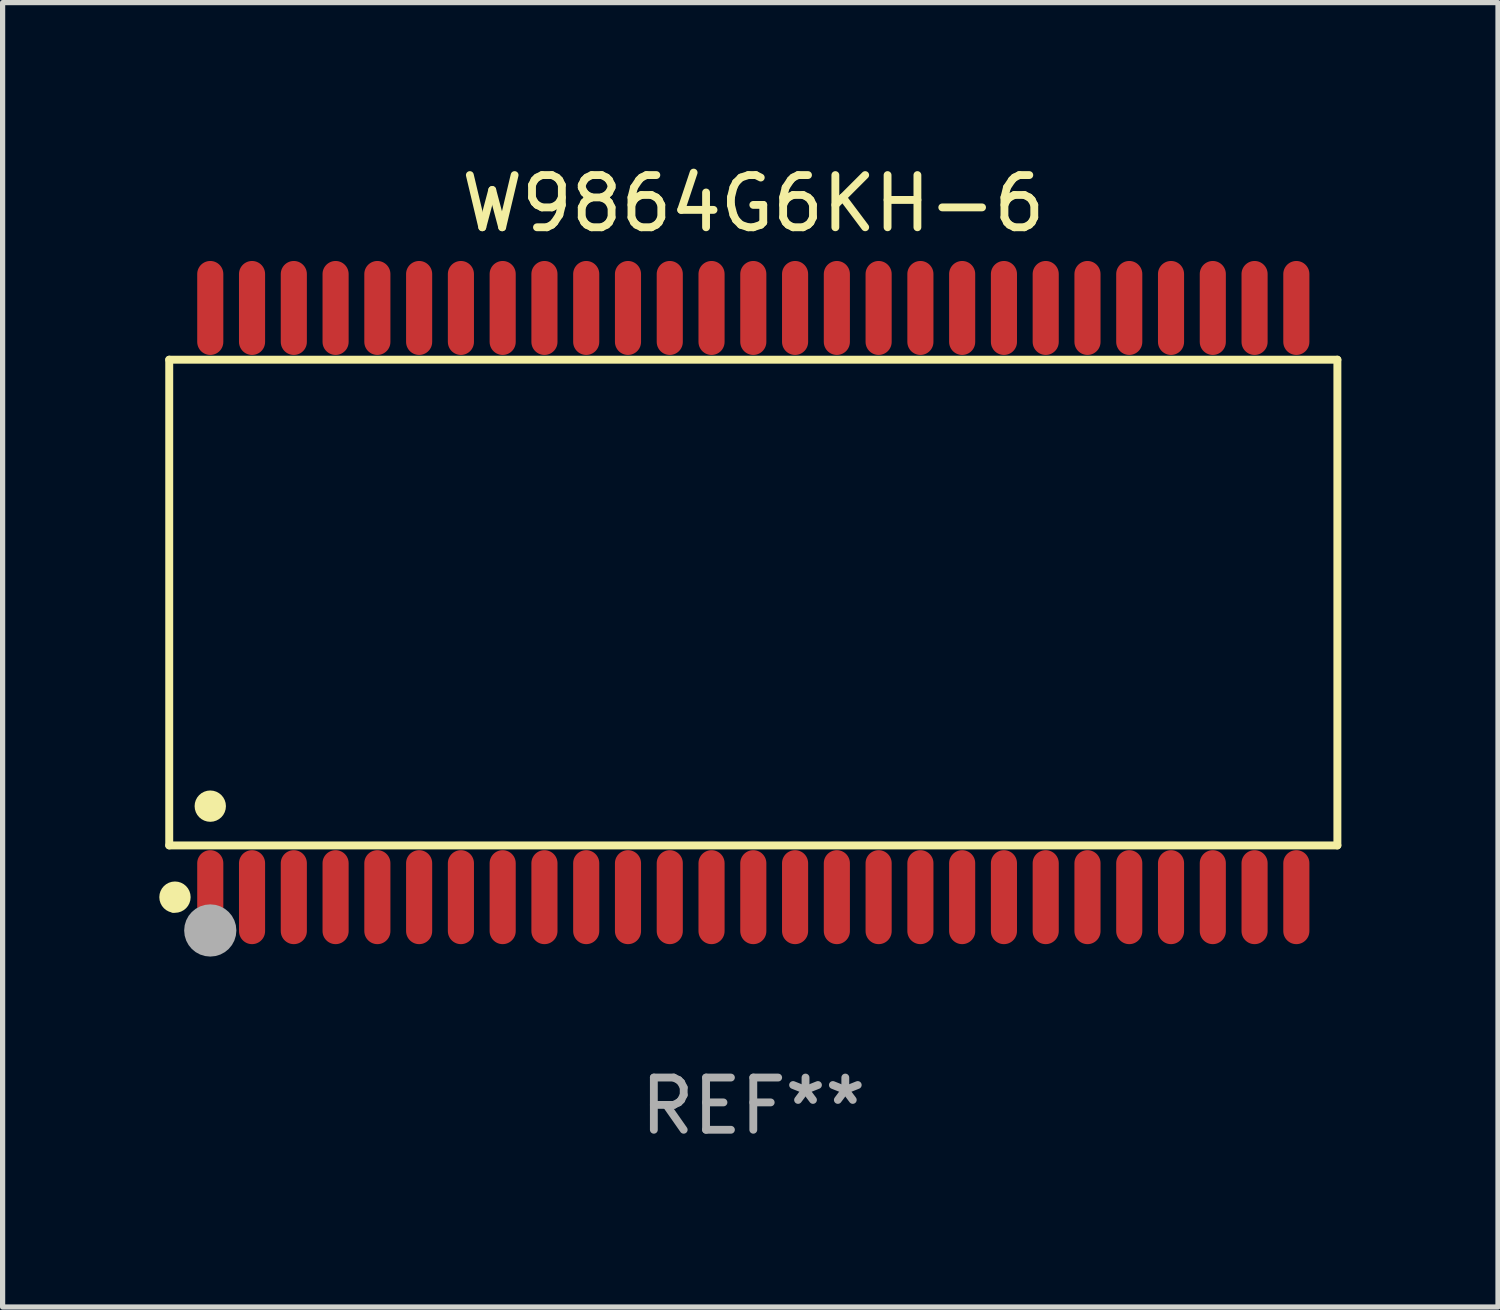
<source format=kicad_pcb>
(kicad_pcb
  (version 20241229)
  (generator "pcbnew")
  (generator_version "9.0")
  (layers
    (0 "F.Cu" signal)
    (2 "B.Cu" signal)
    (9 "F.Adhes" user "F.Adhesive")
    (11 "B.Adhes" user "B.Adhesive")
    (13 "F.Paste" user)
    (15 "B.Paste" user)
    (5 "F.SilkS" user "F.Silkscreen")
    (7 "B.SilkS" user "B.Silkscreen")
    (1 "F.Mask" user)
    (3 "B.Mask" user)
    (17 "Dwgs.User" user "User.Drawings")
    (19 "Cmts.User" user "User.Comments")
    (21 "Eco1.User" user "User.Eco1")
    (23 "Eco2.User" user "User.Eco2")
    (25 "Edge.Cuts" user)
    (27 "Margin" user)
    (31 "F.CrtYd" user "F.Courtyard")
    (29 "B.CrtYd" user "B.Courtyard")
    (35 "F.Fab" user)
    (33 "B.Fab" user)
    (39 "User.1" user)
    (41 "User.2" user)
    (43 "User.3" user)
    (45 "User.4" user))
  (footprint "W9864G6KH-6"
    (layer "F.Cu")
    (at 11.377 8.49)
    (property "Reference" "W9864G6KH-6" (at 0 -7.642 0) (layer "F.SilkS") (effects (font (size 1 1) (thickness 0.15))))
    (attr through_hole)
    (fp_line (start -11.186 -4.651) (end 11.186 -4.651) (stroke (width 0.152) (type solid)) (layer "F.SilkS"))
    (fp_line (start -11.186 4.651) (end -11.186 -4.651) (stroke (width 0.152) (type solid)) (layer "F.SilkS"))
    (fp_line (start 11.186 -4.651) (end 11.186 4.651) (stroke (width 0.152) (type solid)) (layer "F.SilkS"))
    (fp_line (start 11.186 4.651) (end -11.186 4.651) (stroke (width 0.152) (type solid)) (layer "F.SilkS"))
    (fp_circle (center -11.11 5.88) (end -11.08 5.88) (stroke (width 0.06) (type solid)) (fill no) (layer "F.SilkS"))
    (fp_circle (center -11.076 5.642) (end -10.926 5.642) (stroke (width 0.3) (type solid)) (fill no) (layer "F.SilkS"))
    (fp_circle (center -10.4 3.899) (end -10.25 3.899) (stroke (width 0.3) (type solid)) (fill no) (layer "F.SilkS"))
    (fp_circle (center -10.4 6.28) (end -10.15 6.28) (stroke (width 0.5) (type solid)) (fill no) (layer "F.Fab"))
    (fp_text user "REF**" (at 0 9.642 0) (layer "F.Fab") (effects (font (size 1 1) (thickness 0.15))))
    (pad "1" smd oval (at -10.4 5.642) (size 0.5 1.8) (layers "F.Cu" "F.Mask" "F.Paste"))
    (pad "2" smd oval (at -9.6 5.642) (size 0.5 1.8) (layers "F.Cu" "F.Mask" "F.Paste"))
    (pad "3" smd oval (at -8.8 5.642) (size 0.5 1.8) (layers "F.Cu" "F.Mask" "F.Paste"))
    (pad "4" smd oval (at -8 5.642) (size 0.5 1.8) (layers "F.Cu" "F.Mask" "F.Paste"))
    (pad "5" smd oval (at -7.2 5.642) (size 0.5 1.8) (layers "F.Cu" "F.Mask" "F.Paste"))
    (pad "6" smd oval (at -6.4 5.642) (size 0.5 1.8) (layers "F.Cu" "F.Mask" "F.Paste"))
    (pad "7" smd oval (at -5.6 5.642) (size 0.5 1.8) (layers "F.Cu" "F.Mask" "F.Paste"))
    (pad "8" smd oval (at -4.8 5.642) (size 0.5 1.8) (layers "F.Cu" "F.Mask" "F.Paste"))
    (pad "9" smd oval (at -4 5.642) (size 0.5 1.8) (layers "F.Cu" "F.Mask" "F.Paste"))
    (pad "10" smd oval (at -3.2 5.642) (size 0.5 1.8) (layers "F.Cu" "F.Mask" "F.Paste"))
    (pad "11" smd oval (at -2.4 5.642) (size 0.5 1.8) (layers "F.Cu" "F.Mask" "F.Paste"))
    (pad "12" smd oval (at -1.6 5.642) (size 0.5 1.8) (layers "F.Cu" "F.Mask" "F.Paste"))
    (pad "13" smd oval (at -0.8 5.642) (size 0.5 1.8) (layers "F.Cu" "F.Mask" "F.Paste"))
    (pad "14" smd oval (at 0 5.642) (size 0.5 1.8) (layers "F.Cu" "F.Mask" "F.Paste"))
    (pad "15" smd oval (at 0.8 5.642) (size 0.5 1.8) (layers "F.Cu" "F.Mask" "F.Paste"))
    (pad "16" smd oval (at 1.6 5.642) (size 0.5 1.8) (layers "F.Cu" "F.Mask" "F.Paste"))
    (pad "17" smd oval (at 2.4 5.642) (size 0.5 1.8) (layers "F.Cu" "F.Mask" "F.Paste"))
    (pad "18" smd oval (at 3.2 5.642) (size 0.5 1.8) (layers "F.Cu" "F.Mask" "F.Paste"))
    (pad "19" smd oval (at 4 5.642) (size 0.5 1.8) (layers "F.Cu" "F.Mask" "F.Paste"))
    (pad "20" smd oval (at 4.8 5.642) (size 0.5 1.8) (layers "F.Cu" "F.Mask" "F.Paste"))
    (pad "21" smd oval (at 5.6 5.642) (size 0.5 1.8) (layers "F.Cu" "F.Mask" "F.Paste"))
    (pad "22" smd oval (at 6.4 5.642) (size 0.5 1.8) (layers "F.Cu" "F.Mask" "F.Paste"))
    (pad "23" smd oval (at 7.2 5.642) (size 0.5 1.8) (layers "F.Cu" "F.Mask" "F.Paste"))
    (pad "24" smd oval (at 8 5.642) (size 0.5 1.8) (layers "F.Cu" "F.Mask" "F.Paste"))
    (pad "25" smd oval (at 8.8 5.642) (size 0.5 1.8) (layers "F.Cu" "F.Mask" "F.Paste"))
    (pad "26" smd oval (at 9.6 5.642) (size 0.5 1.8) (layers "F.Cu" "F.Mask" "F.Paste"))
    (pad "27" smd oval (at 10.4 5.642) (size 0.5 1.8) (layers "F.Cu" "F.Mask" "F.Paste"))
    (pad "28" smd oval (at 10.4 -5.642) (size 0.5 1.8) (layers "F.Cu" "F.Mask" "F.Paste"))
    (pad "29" smd oval (at 9.6 -5.642) (size 0.5 1.8) (layers "F.Cu" "F.Mask" "F.Paste"))
    (pad "30" smd oval (at 8.8 -5.642) (size 0.5 1.8) (layers "F.Cu" "F.Mask" "F.Paste"))
    (pad "31" smd oval (at 8 -5.642) (size 0.5 1.8) (layers "F.Cu" "F.Mask" "F.Paste"))
    (pad "32" smd oval (at 7.2 -5.642) (size 0.5 1.8) (layers "F.Cu" "F.Mask" "F.Paste"))
    (pad "33" smd oval (at 6.4 -5.642) (size 0.5 1.8) (layers "F.Cu" "F.Mask" "F.Paste"))
    (pad "34" smd oval (at 5.6 -5.642) (size 0.5 1.8) (layers "F.Cu" "F.Mask" "F.Paste"))
    (pad "35" smd oval (at 4.8 -5.642) (size 0.5 1.8) (layers "F.Cu" "F.Mask" "F.Paste"))
    (pad "36" smd oval (at 4 -5.642) (size 0.5 1.8) (layers "F.Cu" "F.Mask" "F.Paste"))
    (pad "37" smd oval (at 3.2 -5.642) (size 0.5 1.8) (layers "F.Cu" "F.Mask" "F.Paste"))
    (pad "38" smd oval (at 2.4 -5.642) (size 0.5 1.8) (layers "F.Cu" "F.Mask" "F.Paste"))
    (pad "39" smd oval (at 1.6 -5.642) (size 0.5 1.8) (layers "F.Cu" "F.Mask" "F.Paste"))
    (pad "40" smd oval (at 0.8 -5.642) (size 0.5 1.8) (layers "F.Cu" "F.Mask" "F.Paste"))
    (pad "41" smd oval (at 0 -5.642) (size 0.5 1.8) (layers "F.Cu" "F.Mask" "F.Paste"))
    (pad "42" smd oval (at -0.8 -5.642) (size 0.5 1.8) (layers "F.Cu" "F.Mask" "F.Paste"))
    (pad "43" smd oval (at -1.6 -5.642) (size 0.5 1.8) (layers "F.Cu" "F.Mask" "F.Paste"))
    (pad "44" smd oval (at -2.4 -5.642) (size 0.5 1.8) (layers "F.Cu" "F.Mask" "F.Paste"))
    (pad "45" smd oval (at -3.2 -5.642) (size 0.5 1.8) (layers "F.Cu" "F.Mask" "F.Paste"))
    (pad "46" smd oval (at -4 -5.642) (size 0.5 1.8) (layers "F.Cu" "F.Mask" "F.Paste"))
    (pad "47" smd oval (at -4.8 -5.642) (size 0.5 1.8) (layers "F.Cu" "F.Mask" "F.Paste"))
    (pad "48" smd oval (at -5.6 -5.642) (size 0.5 1.8) (layers "F.Cu" "F.Mask" "F.Paste"))
    (pad "49" smd oval (at -6.4 -5.642) (size 0.5 1.8) (layers "F.Cu" "F.Mask" "F.Paste"))
    (pad "50" smd oval (at -7.2 -5.642) (size 0.5 1.8) (layers "F.Cu" "F.Mask" "F.Paste"))
    (pad "51" smd oval (at -8 -5.642) (size 0.5 1.8) (layers "F.Cu" "F.Mask" "F.Paste"))
    (pad "52" smd oval (at -8.8 -5.642) (size 0.5 1.8) (layers "F.Cu" "F.Mask" "F.Paste"))
    (pad "53" smd oval (at -9.6 -5.642) (size 0.5 1.8) (layers "F.Cu" "F.Mask" "F.Paste"))
    (pad "54" smd oval (at -10.4 -5.642) (size 0.5 1.8) (layers "F.Cu" "F.Mask" "F.Paste")))
  (gr_rect
    (start -3 -3)
    (end 25.639 21.981)
    (stroke (width 0.1) (type default))
    (fill no)
    (layer "Edge.Cuts")))
</source>
